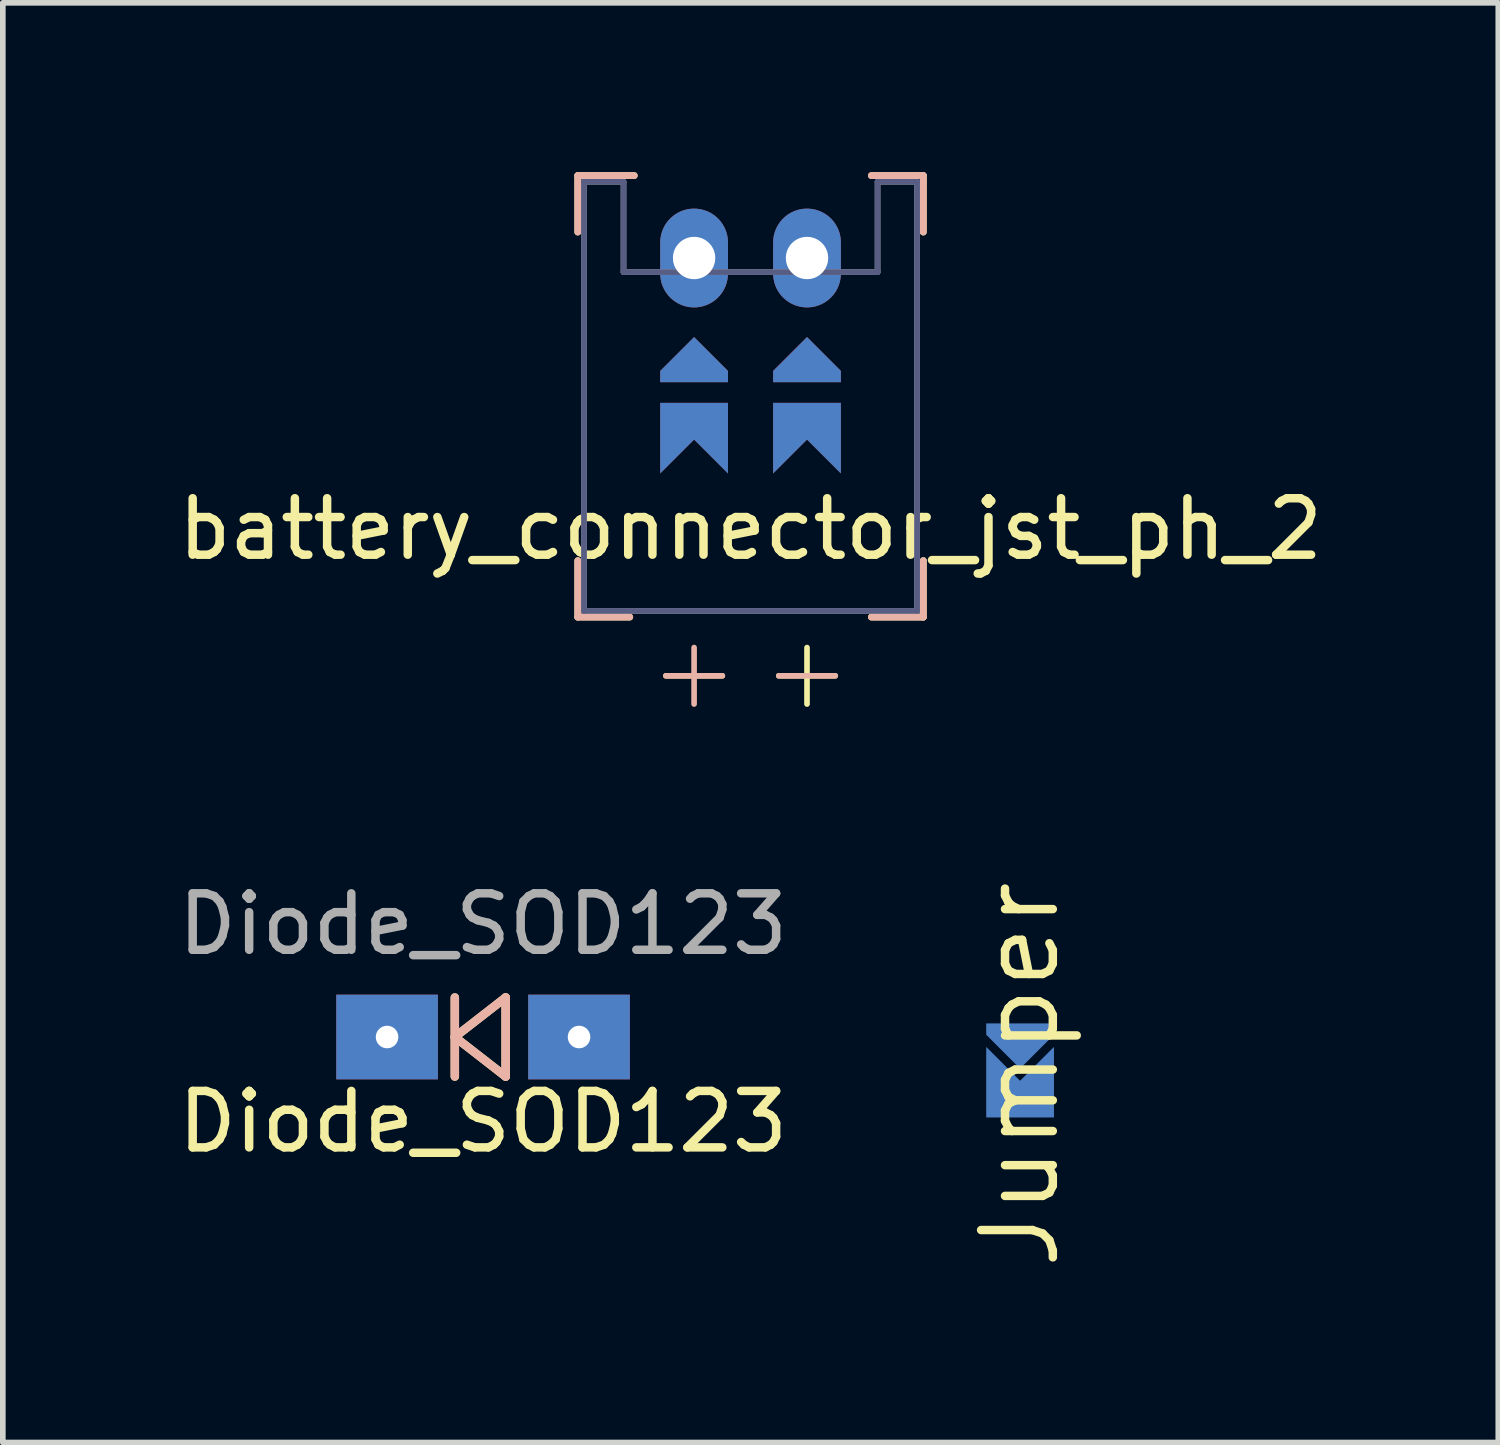
<source format=kicad_pcb>
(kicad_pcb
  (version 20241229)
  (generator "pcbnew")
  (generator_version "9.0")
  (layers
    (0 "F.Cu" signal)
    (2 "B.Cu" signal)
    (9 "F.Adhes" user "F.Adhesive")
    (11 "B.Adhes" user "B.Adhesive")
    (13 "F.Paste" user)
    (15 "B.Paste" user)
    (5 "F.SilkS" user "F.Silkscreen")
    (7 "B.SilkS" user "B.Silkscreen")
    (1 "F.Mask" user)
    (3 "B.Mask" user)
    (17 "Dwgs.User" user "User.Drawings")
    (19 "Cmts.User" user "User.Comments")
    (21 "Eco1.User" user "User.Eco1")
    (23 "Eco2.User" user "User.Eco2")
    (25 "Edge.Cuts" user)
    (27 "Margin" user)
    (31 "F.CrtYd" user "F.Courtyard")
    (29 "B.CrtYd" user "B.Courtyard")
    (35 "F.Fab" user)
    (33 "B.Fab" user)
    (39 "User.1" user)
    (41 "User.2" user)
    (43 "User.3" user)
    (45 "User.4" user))
  (footprint "Jumper"
    (layer "F.Cu")
    (at 15.018 15.985)
    (property "Reference" "Jumper" (at 0 0 270) (layer "F.SilkS") (effects (font (size 1.27 1.27) (thickness 0.15))))
    (attr through_hole)
    (pad "1" smd custom (at 0 -0.508) (size 0.1 0.1) (layers "B.Cu" "B.Mask" "B.Paste") (options (anchor rect)) (primitives (gr_poly (pts (xy 0.6 -0.4) (xy -0.6 -0.4) (xy -0.6 -0.2) (xy 0 0.4) (xy 0.6 -0.2)) (width 0) (fill yes))))
    (pad "2" smd custom (at 0 0.508) (size 1.2 0.5) (layers "B.Cu" "B.Mask" "B.Paste") (options (anchor rect)) (primitives (gr_poly (pts (xy 0.6 0) (xy -0.6 0) (xy -0.6 -1) (xy 0 -0.4) (xy 0.6 -1)) (width 0) (fill yes)))))
  (footprint "battery_connector_jst_ph_2"
    (layer "F.Cu")
    (at 10.244 1.52)
    (property "Reference" "battery_connector_jst_ph_2" (at 0 4.8 0) (layer "F.SilkS") (effects (font (size 1 1) (thickness 0.15))))
    (fp_line (start -3.06 -1.46) (end -3.06 -0.46) (stroke (width 0.12) (type solid)) (layer "F.SilkS"))
    (fp_line (start -3.06 6.36) (end -3.06 5.36) (stroke (width 0.12) (type solid)) (layer "F.SilkS"))
    (fp_line (start -2.14 6.36) (end -3.06 6.36) (stroke (width 0.12) (type solid)) (layer "F.SilkS"))
    (fp_line (start -2.06 -1.46) (end -3.06 -1.46) (stroke (width 0.12) (type solid)) (layer "F.SilkS"))
    (fp_line (start -1.5 7.4) (end -0.5 7.4) (stroke (width 0.1) (type solid)) (layer "F.SilkS"))
    (fp_line (start 1 6.9) (end 1 7.9) (stroke (width 0.1) (type solid)) (layer "F.SilkS"))
    (fp_line (start 1.5 7.4) (end 0.5 7.4) (stroke (width 0.1) (type solid)) (layer "F.SilkS"))
    (fp_line (start 2.14 -1.46) (end 3.06 -1.46) (stroke (width 0.12) (type solid)) (layer "F.SilkS"))
    (fp_line (start 2.14 6.36) (end 3.06 6.36) (stroke (width 0.12) (type solid)) (layer "F.SilkS"))
    (fp_line (start 3.06 -1.46) (end 3.06 -0.46) (stroke (width 0.12) (type solid)) (layer "F.SilkS"))
    (fp_line (start 3.06 6.36) (end 3.06 5.36) (stroke (width 0.12) (type solid)) (layer "F.SilkS"))
    (fp_line (start -3.06 -1.46) (end -3.06 -0.46) (stroke (width 0.12) (type solid)) (layer "B.SilkS"))
    (fp_line (start -3.06 6.36) (end -3.06 5.36) (stroke (width 0.12) (type solid)) (layer "B.SilkS"))
    (fp_line (start -2.14 6.36) (end -3.06 6.36) (stroke (width 0.12) (type solid)) (layer "B.SilkS"))
    (fp_line (start -2.06 -1.46) (end -3.06 -1.46) (stroke (width 0.12) (type solid)) (layer "B.SilkS"))
    (fp_line (start -1.5 7.4) (end -0.5 7.4) (stroke (width 0.1) (type solid)) (layer "B.SilkS"))
    (fp_line (start -1 6.9) (end -1 7.9) (stroke (width 0.1) (type solid)) (layer "B.SilkS"))
    (fp_line (start 1.5 7.4) (end 0.5 7.4) (stroke (width 0.1) (type solid)) (layer "B.SilkS"))
    (fp_line (start 2.14 -1.46) (end 3.06 -1.46) (stroke (width 0.12) (type solid)) (layer "B.SilkS"))
    (fp_line (start 2.14 6.36) (end 3.06 6.36) (stroke (width 0.12) (type solid)) (layer "B.SilkS"))
    (fp_line (start 3.06 -1.46) (end 3.06 -0.46) (stroke (width 0.12) (type solid)) (layer "B.SilkS"))
    (fp_line (start 3.06 6.36) (end 3.06 5.36) (stroke (width 0.12) (type solid)) (layer "B.SilkS"))
    (fp_line (start -2.95 -1.35) (end -2.25 -1.35) (stroke (width 0.1) (type solid)) (layer "B.Fab"))
    (fp_line (start -2.95 6.25) (end -2.95 -1.35) (stroke (width 0.1) (type solid)) (layer "B.Fab"))
    (fp_line (start -2.25 -1.35) (end -2.25 0.25) (stroke (width 0.1) (type solid)) (layer "B.Fab"))
    (fp_line (start -2.25 0.25) (end 2.25 0.25) (stroke (width 0.1) (type solid)) (layer "B.Fab"))
    (fp_line (start 2.25 -1.35) (end 2.95 -1.35) (stroke (width 0.1) (type solid)) (layer "B.Fab"))
    (fp_line (start 2.25 0.25) (end 2.25 -1.35) (stroke (width 0.1) (type solid)) (layer "B.Fab"))
    (fp_line (start 2.95 -1.35) (end 2.95 6.25) (stroke (width 0.1) (type solid)) (layer "B.Fab"))
    (fp_line (start 2.95 6.25) (end -2.95 6.25) (stroke (width 0.1) (type solid)) (layer "B.Fab"))
    (fp_line (start -2.95 -1.35) (end -2.95 6.25) (stroke (width 0.1) (type solid)) (layer "F.Fab"))
    (fp_line (start -2.95 6.25) (end 2.95 6.25) (stroke (width 0.1) (type solid)) (layer "F.Fab"))
    (fp_line (start -2.25 -1.35) (end -2.95 -1.35) (stroke (width 0.1) (type solid)) (layer "F.Fab"))
    (fp_line (start -2.25 0.25) (end -2.25 -1.35) (stroke (width 0.1) (type solid)) (layer "F.Fab"))
    (fp_line (start 2.25 -1.35) (end 2.25 0.25) (stroke (width 0.1) (type solid)) (layer "F.Fab"))
    (fp_line (start 2.25 0.25) (end -2.25 0.25) (stroke (width 0.1) (type solid)) (layer "F.Fab"))
    (fp_line (start 2.95 -1.35) (end 2.25 -1.35) (stroke (width 0.1) (type solid)) (layer "F.Fab"))
    (fp_line (start 2.95 6.25) (end 2.95 -1.35) (stroke (width 0.1) (type solid)) (layer "F.Fab"))
    (pad "1" smd custom (at -1 2.816) (size 1.2 0.5) (layers "F.Cu" "F.Mask" "F.Paste") (options (anchor rect)) (primitives (gr_poly (pts (xy 0.6 0) (xy -0.6 0) (xy -0.6 1) (xy 0 0.4) (xy 0.6 1)) (width 0) (fill yes))))
    (pad "1" smd custom (at 1 2.816) (size 1.2 0.5) (layers "B.Cu" "B.Mask" "B.Paste") (options (anchor rect)) (primitives (gr_poly (pts (xy 0.6 0) (xy -0.6 0) (xy -0.6 1) (xy 0 0.4) (xy 0.6 1)) (width 0) (fill yes))))
    (pad "2" smd custom (at -1 2.816) (size 1.2 0.5) (layers "B.Cu" "B.Mask" "B.Paste") (options (anchor rect)) (primitives (gr_poly (pts (xy 0.6 0) (xy -0.6 0) (xy -0.6 1) (xy 0 0.4) (xy 0.6 1)) (width 0) (fill yes))))
    (pad "2" smd custom (at 1 2.816) (size 1.2 0.5) (layers "F.Cu" "F.Mask" "F.Paste") (options (anchor rect)) (primitives (gr_poly (pts (xy 0.6 0) (xy -0.6 0) (xy -0.6 1) (xy 0 0.4) (xy 0.6 1)) (width 0) (fill yes))))
    (pad "11" thru_hole oval (at -1 0 180) (size 1.2 1.75) (drill 0.75) (layers "*.Cu" "*.Mask"))
    (pad "12" thru_hole oval (at 1 0 180) (size 1.2 1.75) (drill 0.75) (layers "*.Cu" "*.Mask"))
    (pad "21" smd custom (at -1 1.8) (size 0.1 0.1) (layers "F.Cu" "F.Mask" "F.Paste") (options (anchor rect)) (primitives (gr_poly (pts (xy 0.6 0.4) (xy -0.6 0.4) (xy -0.6 0.2) (xy 0 -0.4) (xy 0.6 0.2)) (width 0) (fill yes))))
    (pad "22" smd custom (at 1 1.8) (size 0.1 0.1) (layers "F.Cu" "F.Mask" "F.Paste") (options (anchor rect)) (primitives (gr_poly (pts (xy 0.6 0.4) (xy -0.6 0.4) (xy -0.6 0.2) (xy 0 -0.4) (xy 0.6 0.2)) (width 0) (fill yes))))
    (pad "31" smd custom (at -1 1.8) (size 0.1 0.1) (layers "B.Cu" "B.Mask" "B.Paste") (options (anchor rect)) (primitives (gr_poly (pts (xy 0.6 0.4) (xy -0.6 0.4) (xy -0.6 0.2) (xy 0 -0.4) (xy 0.6 0.2)) (width 0) (fill yes))))
    (pad "32" smd custom (at 1 1.8) (size 0.1 0.1) (layers "B.Cu" "B.Mask" "B.Paste") (options (anchor rect)) (primitives (gr_poly (pts (xy 0.6 0.4) (xy -0.6 0.4) (xy -0.6 0.2) (xy 0 -0.4) (xy 0.6 0.2)) (width 0) (fill yes)))))
  (footprint "Diode_SOD123"
    (placed yes)
    (layer "F.Cu")
    (at 5.506 15.318)
    (property "Reference" "Diode_SOD123" (at 0 1.5 0) (layer "F.SilkS") (effects (font (size 1 1) (thickness 0.15))))
    (attr through_hole)
    (fp_line (start -0.5 -0.7) (end -0.5 0.7) (stroke (width 0.15) (type solid)) (layer "F.SilkS"))
    (fp_line (start -0.5 0) (end 0.4 -0.7) (stroke (width 0.15) (type solid)) (layer "F.SilkS"))
    (fp_line (start 0.4 -0.7) (end 0.4 0.7) (stroke (width 0.15) (type solid)) (layer "F.SilkS"))
    (fp_line (start 0.4 0.7) (end -0.5 0) (stroke (width 0.15) (type solid)) (layer "F.SilkS"))
    (fp_line (start -0.5 -0.7) (end -0.5 0.7) (stroke (width 0.15) (type solid)) (layer "B.SilkS"))
    (fp_line (start -0.5 0) (end 0.4 -0.7) (stroke (width 0.15) (type solid)) (layer "B.SilkS"))
    (fp_line (start 0.4 -0.7) (end 0.4 0.7) (stroke (width 0.15) (type solid)) (layer "B.SilkS"))
    (fp_line (start 0.4 0.7) (end -0.5 0) (stroke (width 0.15) (type solid)) (layer "B.SilkS"))
    (fp_text user "${REFERENCE}" (at 0 -2 0) (layer "F.Fab") (effects (font (size 1 1) (thickness 0.15))))
    (pad "1" thru_hole rect (at -1.7 0) (size 1.8 1.5) (drill 0.4) (layers "*.Cu" "*.Mask"))
    (pad "2" thru_hole rect (at 1.7 0) (size 1.8 1.5) (drill 0.4) (layers "*.Cu" "*.Mask")))
  (gr_rect
    (start -3 -3)
    (end 23.488 22.5)
    (stroke (width 0.1) (type default))
    (fill no)
    (layer "Edge.Cuts")))
</source>
